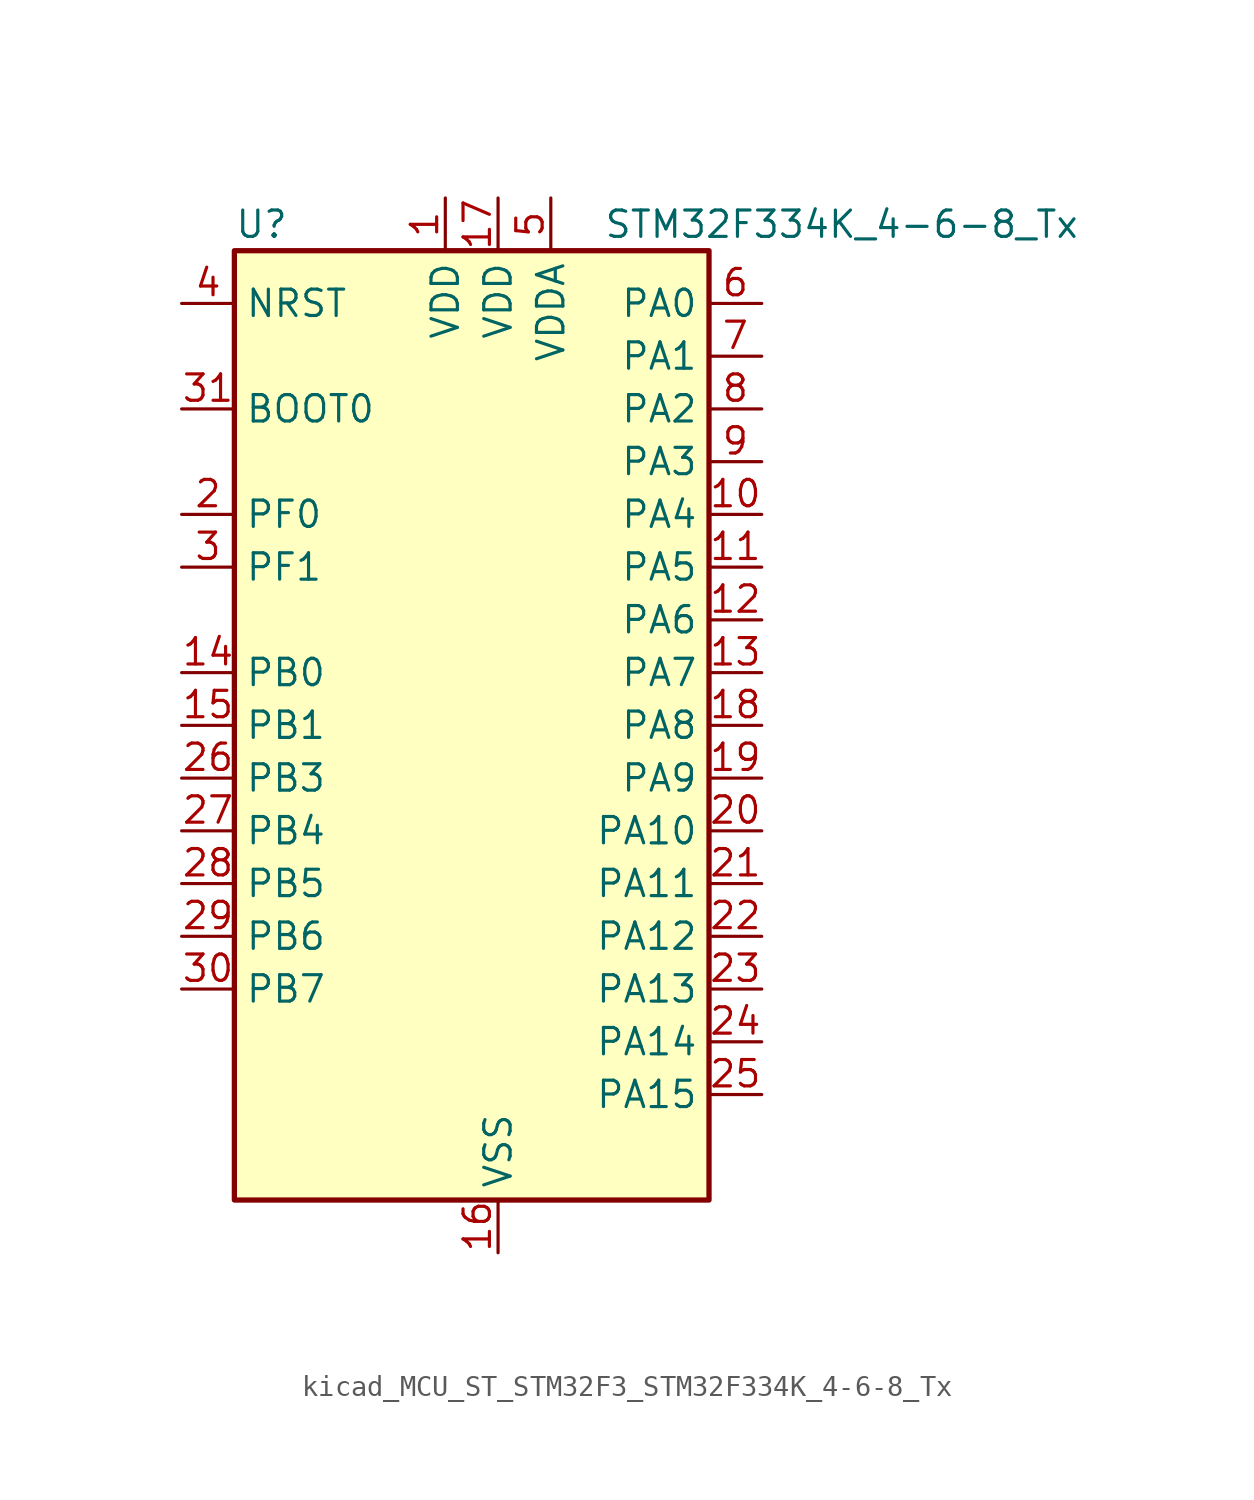
<source format=kicad_sym>
(kicad_symbol_lib
  (version 20220914)
  (generator kicad_symbol_editor)
  (symbol "kicad_MCU_ST_STM32F3_STM32F334K_4-6-8_Tx"
    (property "Reference" "U"
      (at -10.16 24.13 0)
      (effects (font (size 1.27 1.27)) (justify left)))
    (property "Value" "STM32F334K_4-6-8_Tx"
      (at 7.62 24.13 0)
      (effects (font (size 1.27 1.27)) (justify left)))
    (property "ki_locked" ""
      (at 0 0 0)
      (effects (font (size 1.27 1.27))))
    (symbol "kicad_MCU_ST_STM32F3_STM32F334K_4-6-8_Tx_0_1"
      (rectangle (start -10.16 -22.86) (end 12.7 22.86) (stroke (width 0.254) (type default)) (fill (type background))))
    (symbol "kicad_MCU_ST_STM32F3_STM32F334K_4-6-8_Tx_1_1"
      (pin power_in line (at 0 25.4 270) (length 2.54) (name "VDD" (effects (font (size 1.27 1.27)))) (number "1" (effects (font (size 1.27 1.27)))))
      (pin bidirectional line (at 15.24 10.16 180) (length 2.54) (name "PA4" (effects (font (size 1.27 1.27)))) (number "10" (effects (font (size 1.27 1.27)))) (alternate "ADC2_IN1" bidirectional line) (alternate "COMP2_INM" bidirectional line) (alternate "COMP4_INM" bidirectional line) (alternate "DAC1_OUT1" bidirectional line) (alternate "SPI1_NSS" bidirectional line) (alternate "TIM3_CH2" bidirectional line) (alternate "TSC_G2_IO1" bidirectional line) (alternate "USART2_CK" bidirectional line))
      (pin bidirectional line (at 15.24 7.62 180) (length 2.54) (name "PA5" (effects (font (size 1.27 1.27)))) (number "11" (effects (font (size 1.27 1.27)))) (alternate "ADC2_IN2" bidirectional line) (alternate "DAC1_OUT2" bidirectional line) (alternate "OPAMP2_VINM" bidirectional line) (alternate "OPAMP2_VINM_SEC" bidirectional line) (alternate "SPI1_SCK" bidirectional line) (alternate "TIM2_CH1" bidirectional line) (alternate "TIM2_ETR" bidirectional line) (alternate "TSC_G2_IO2" bidirectional line))
      (pin bidirectional line (at 15.24 5.08 180) (length 2.54) (name "PA6" (effects (font (size 1.27 1.27)))) (number "12" (effects (font (size 1.27 1.27)))) (alternate "ADC2_IN3" bidirectional line) (alternate "DAC2_OUT1" bidirectional line) (alternate "OPAMP2_DIG" bidirectional line) (alternate "OPAMP2_VOUT" bidirectional line) (alternate "SPI1_MISO" bidirectional line) (alternate "TIM16_CH1" bidirectional line) (alternate "TIM1_BKIN" bidirectional line) (alternate "TIM3_CH1" bidirectional line) (alternate "TSC_G2_IO3" bidirectional line))
      (pin bidirectional line (at 15.24 2.54 180) (length 2.54) (name "PA7" (effects (font (size 1.27 1.27)))) (number "13" (effects (font (size 1.27 1.27)))) (alternate "ADC2_IN4" bidirectional line) (alternate "COMP2_INP" bidirectional line) (alternate "OPAMP2_VINP" bidirectional line) (alternate "OPAMP2_VINP_SEC" bidirectional line) (alternate "SPI1_MOSI" bidirectional line) (alternate "TIM17_CH1" bidirectional line) (alternate "TIM1_CH1N" bidirectional line) (alternate "TIM3_CH2" bidirectional line) (alternate "TSC_G2_IO4" bidirectional line))
      (pin bidirectional line (at -12.7 2.54 0) (length 2.54) (name "PB0" (effects (font (size 1.27 1.27)))) (number "14" (effects (font (size 1.27 1.27)))) (alternate "ADC1_IN11" bidirectional line) (alternate "COMP4_INP" bidirectional line) (alternate "OPAMP2_VINP" bidirectional line) (alternate "OPAMP2_VINP_SEC" bidirectional line) (alternate "TIM1_CH2N" bidirectional line) (alternate "TIM3_CH3" bidirectional line) (alternate "TSC_G3_IO2" bidirectional line))
      (pin bidirectional line (at -12.7 0 0) (length 2.54) (name "PB1" (effects (font (size 1.27 1.27)))) (number "15" (effects (font (size 1.27 1.27)))) (alternate "ADC1_IN12" bidirectional line) (alternate "COMP4_OUT" bidirectional line) (alternate "HRTIM1_SCOUT" bidirectional line) (alternate "TIM1_CH3N" bidirectional line) (alternate "TIM3_CH4" bidirectional line) (alternate "TSC_G3_IO3" bidirectional line))
      (pin power_in line (at 2.54 -25.4 90) (length 2.54) (name "VSS" (effects (font (size 1.27 1.27)))) (number "16" (effects (font (size 1.27 1.27)))))
      (pin power_in line (at 2.54 25.4 270) (length 2.54) (name "VDD" (effects (font (size 1.27 1.27)))) (number "17" (effects (font (size 1.27 1.27)))))
      (pin bidirectional line (at 15.24 0 180) (length 2.54) (name "PA8" (effects (font (size 1.27 1.27)))) (number "18" (effects (font (size 1.27 1.27)))) (alternate "HRTIM1_CHA1" bidirectional line) (alternate "RCC_MCO" bidirectional line) (alternate "TIM1_CH1" bidirectional line) (alternate "USART1_CK" bidirectional line))
      (pin bidirectional line (at 15.24 -2.54 180) (length 2.54) (name "PA9" (effects (font (size 1.27 1.27)))) (number "19" (effects (font (size 1.27 1.27)))) (alternate "DAC1_EXTI9" bidirectional line) (alternate "DAC2_EXTI9" bidirectional line) (alternate "HRTIM1_CHA2" bidirectional line) (alternate "TIM15_BKIN" bidirectional line) (alternate "TIM1_CH2" bidirectional line) (alternate "TIM2_CH3" bidirectional line) (alternate "TSC_G4_IO1" bidirectional line) (alternate "USART1_TX" bidirectional line))
      (pin bidirectional line (at -12.7 10.16 0) (length 2.54) (name "PF0" (effects (font (size 1.27 1.27)))) (number "2" (effects (font (size 1.27 1.27)))) (alternate "RCC_OSC_IN" bidirectional line) (alternate "TIM1_CH3N" bidirectional line))
      (pin bidirectional line (at 15.24 -5.08 180) (length 2.54) (name "PA10" (effects (font (size 1.27 1.27)))) (number "20" (effects (font (size 1.27 1.27)))) (alternate "HRTIM1_CHB1" bidirectional line) (alternate "TIM17_BKIN" bidirectional line) (alternate "TIM1_CH3" bidirectional line) (alternate "TIM2_CH4" bidirectional line) (alternate "TSC_G4_IO2" bidirectional line) (alternate "USART1_RX" bidirectional line))
      (pin bidirectional line (at 15.24 -7.62 180) (length 2.54) (name "PA11" (effects (font (size 1.27 1.27)))) (number "21" (effects (font (size 1.27 1.27)))) (alternate "ADC1_EXTI11" bidirectional line) (alternate "ADC2_EXTI11" bidirectional line) (alternate "CAN_RX" bidirectional line) (alternate "HRTIM1_CHB2" bidirectional line) (alternate "TIM1_BKIN2" bidirectional line) (alternate "TIM1_CH1N" bidirectional line) (alternate "TIM1_CH4" bidirectional line) (alternate "USART1_CTS" bidirectional line))
      (pin bidirectional line (at 15.24 -10.16 180) (length 2.54) (name "PA12" (effects (font (size 1.27 1.27)))) (number "22" (effects (font (size 1.27 1.27)))) (alternate "CAN_TX" bidirectional line) (alternate "COMP2_OUT" bidirectional line) (alternate "HRTIM1_FLT1" bidirectional line) (alternate "TIM16_CH1" bidirectional line) (alternate "TIM1_CH2N" bidirectional line) (alternate "TIM1_ETR" bidirectional line) (alternate "USART1_DE" bidirectional line) (alternate "USART1_RTS" bidirectional line))
      (pin bidirectional line (at 15.24 -12.7 180) (length 2.54) (name "PA13" (effects (font (size 1.27 1.27)))) (number "23" (effects (font (size 1.27 1.27)))) (alternate "IR_OUT" bidirectional line) (alternate "SYS_JTMS-SWDIO" bidirectional line) (alternate "TIM16_CH1N" bidirectional line) (alternate "TSC_G4_IO3" bidirectional line))
      (pin bidirectional line (at 15.24 -15.24 180) (length 2.54) (name "PA14" (effects (font (size 1.27 1.27)))) (number "24" (effects (font (size 1.27 1.27)))) (alternate "I2C1_SDA" bidirectional line) (alternate "SYS_JTCK-SWCLK" bidirectional line) (alternate "TIM1_BKIN" bidirectional line) (alternate "TSC_G4_IO4" bidirectional line) (alternate "USART2_TX" bidirectional line))
      (pin bidirectional line (at 15.24 -17.78 180) (length 2.54) (name "PA15" (effects (font (size 1.27 1.27)))) (number "25" (effects (font (size 1.27 1.27)))) (alternate "ADC1_EXTI15" bidirectional line) (alternate "ADC2_EXTI15" bidirectional line) (alternate "HRTIM1_FLT2" bidirectional line) (alternate "I2C1_SCL" bidirectional line) (alternate "SPI1_NSS" bidirectional line) (alternate "SYS_JTDI" bidirectional line) (alternate "TIM1_BKIN" bidirectional line) (alternate "TIM2_CH1" bidirectional line) (alternate "TIM2_ETR" bidirectional line) (alternate "TSC_SYNC" bidirectional line) (alternate "USART2_RX" bidirectional line))
      (pin bidirectional line (at -12.7 -2.54 0) (length 2.54) (name "PB3" (effects (font (size 1.27 1.27)))) (number "26" (effects (font (size 1.27 1.27)))) (alternate "HRTIM1_EEV9" bidirectional line) (alternate "HRTIM1_SCOUT" bidirectional line) (alternate "SPI1_SCK" bidirectional line) (alternate "SYS_JTDO-TRACESWO" bidirectional line) (alternate "TIM2_CH2" bidirectional line) (alternate "TIM3_ETR" bidirectional line) (alternate "TSC_G5_IO1" bidirectional line) (alternate "USART2_TX" bidirectional line))
      (pin bidirectional line (at -12.7 -5.08 0) (length 2.54) (name "PB4" (effects (font (size 1.27 1.27)))) (number "27" (effects (font (size 1.27 1.27)))) (alternate "HRTIM1_EEV7" bidirectional line) (alternate "SPI1_MISO" bidirectional line) (alternate "SYS_NJTRST" bidirectional line) (alternate "TIM16_CH1" bidirectional line) (alternate "TIM17_BKIN" bidirectional line) (alternate "TIM3_CH1" bidirectional line) (alternate "TSC_G5_IO2" bidirectional line) (alternate "USART2_RX" bidirectional line))
      (pin bidirectional line (at -12.7 -7.62 0) (length 2.54) (name "PB5" (effects (font (size 1.27 1.27)))) (number "28" (effects (font (size 1.27 1.27)))) (alternate "HRTIM1_EEV6" bidirectional line) (alternate "I2C1_SMBA" bidirectional line) (alternate "SPI1_MOSI" bidirectional line) (alternate "TIM16_BKIN" bidirectional line) (alternate "TIM17_CH1" bidirectional line) (alternate "TIM3_CH2" bidirectional line) (alternate "USART2_CK" bidirectional line))
      (pin bidirectional line (at -12.7 -10.16 0) (length 2.54) (name "PB6" (effects (font (size 1.27 1.27)))) (number "29" (effects (font (size 1.27 1.27)))) (alternate "HRTIM1_EEV4" bidirectional line) (alternate "HRTIM1_SCIN" bidirectional line) (alternate "I2C1_SCL" bidirectional line) (alternate "TIM16_CH1N" bidirectional line) (alternate "TSC_G5_IO3" bidirectional line) (alternate "USART1_TX" bidirectional line))
      (pin bidirectional line (at -12.7 7.62 0) (length 2.54) (name "PF1" (effects (font (size 1.27 1.27)))) (number "3" (effects (font (size 1.27 1.27)))) (alternate "RCC_OSC_OUT" bidirectional line))
      (pin bidirectional line (at -12.7 -12.7 0) (length 2.54) (name "PB7" (effects (font (size 1.27 1.27)))) (number "30" (effects (font (size 1.27 1.27)))) (alternate "HRTIM1_EEV3" bidirectional line) (alternate "I2C1_SDA" bidirectional line) (alternate "TIM17_CH1N" bidirectional line) (alternate "TIM3_CH4" bidirectional line) (alternate "TSC_G5_IO4" bidirectional line) (alternate "USART1_RX" bidirectional line))
      (pin input line (at -12.7 15.24 0) (length 2.54) (name "BOOT0" (effects (font (size 1.27 1.27)))) (number "31" (effects (font (size 1.27 1.27)))))
      (pin passive line (at 2.54 -25.4 90) (length 2.54) hide (name "VSS" (effects (font (size 1.27 1.27)))) (number "32" (effects (font (size 1.27 1.27)))))
      (pin input line (at -12.7 20.32 0) (length 2.54) (name "NRST" (effects (font (size 1.27 1.27)))) (number "4" (effects (font (size 1.27 1.27)))))
      (pin power_in line (at 5.08 25.4 270) (length 2.54) (name "VDDA" (effects (font (size 1.27 1.27)))) (number "5" (effects (font (size 1.27 1.27)))))
      (pin bidirectional line (at 15.24 20.32 180) (length 2.54) (name "PA0" (effects (font (size 1.27 1.27)))) (number "6" (effects (font (size 1.27 1.27)))) (alternate "ADC1_IN1" bidirectional line) (alternate "RTC_TAMP2" bidirectional line) (alternate "SYS_WKUP1" bidirectional line) (alternate "TIM2_CH1" bidirectional line) (alternate "TIM2_ETR" bidirectional line) (alternate "TSC_G1_IO1" bidirectional line) (alternate "USART2_CTS" bidirectional line))
      (pin bidirectional line (at 15.24 17.78 180) (length 2.54) (name "PA1" (effects (font (size 1.27 1.27)))) (number "7" (effects (font (size 1.27 1.27)))) (alternate "ADC1_IN2" bidirectional line) (alternate "RTC_REFIN" bidirectional line) (alternate "TIM15_CH1N" bidirectional line) (alternate "TIM2_CH2" bidirectional line) (alternate "TSC_G1_IO2" bidirectional line) (alternate "USART2_DE" bidirectional line) (alternate "USART2_RTS" bidirectional line))
      (pin bidirectional line (at 15.24 15.24 180) (length 2.54) (name "PA2" (effects (font (size 1.27 1.27)))) (number "8" (effects (font (size 1.27 1.27)))) (alternate "ADC1_IN3" bidirectional line) (alternate "COMP2_INM" bidirectional line) (alternate "COMP2_OUT" bidirectional line) (alternate "TIM15_CH1" bidirectional line) (alternate "TIM2_CH3" bidirectional line) (alternate "TSC_G1_IO3" bidirectional line) (alternate "USART2_TX" bidirectional line))
      (pin bidirectional line (at 15.24 12.7 180) (length 2.54) (name "PA3" (effects (font (size 1.27 1.27)))) (number "9" (effects (font (size 1.27 1.27)))) (alternate "ADC1_IN4" bidirectional line) (alternate "TIM15_CH2" bidirectional line) (alternate "TIM2_CH4" bidirectional line) (alternate "TSC_G1_IO4" bidirectional line) (alternate "USART2_RX" bidirectional line)))))
</source>
